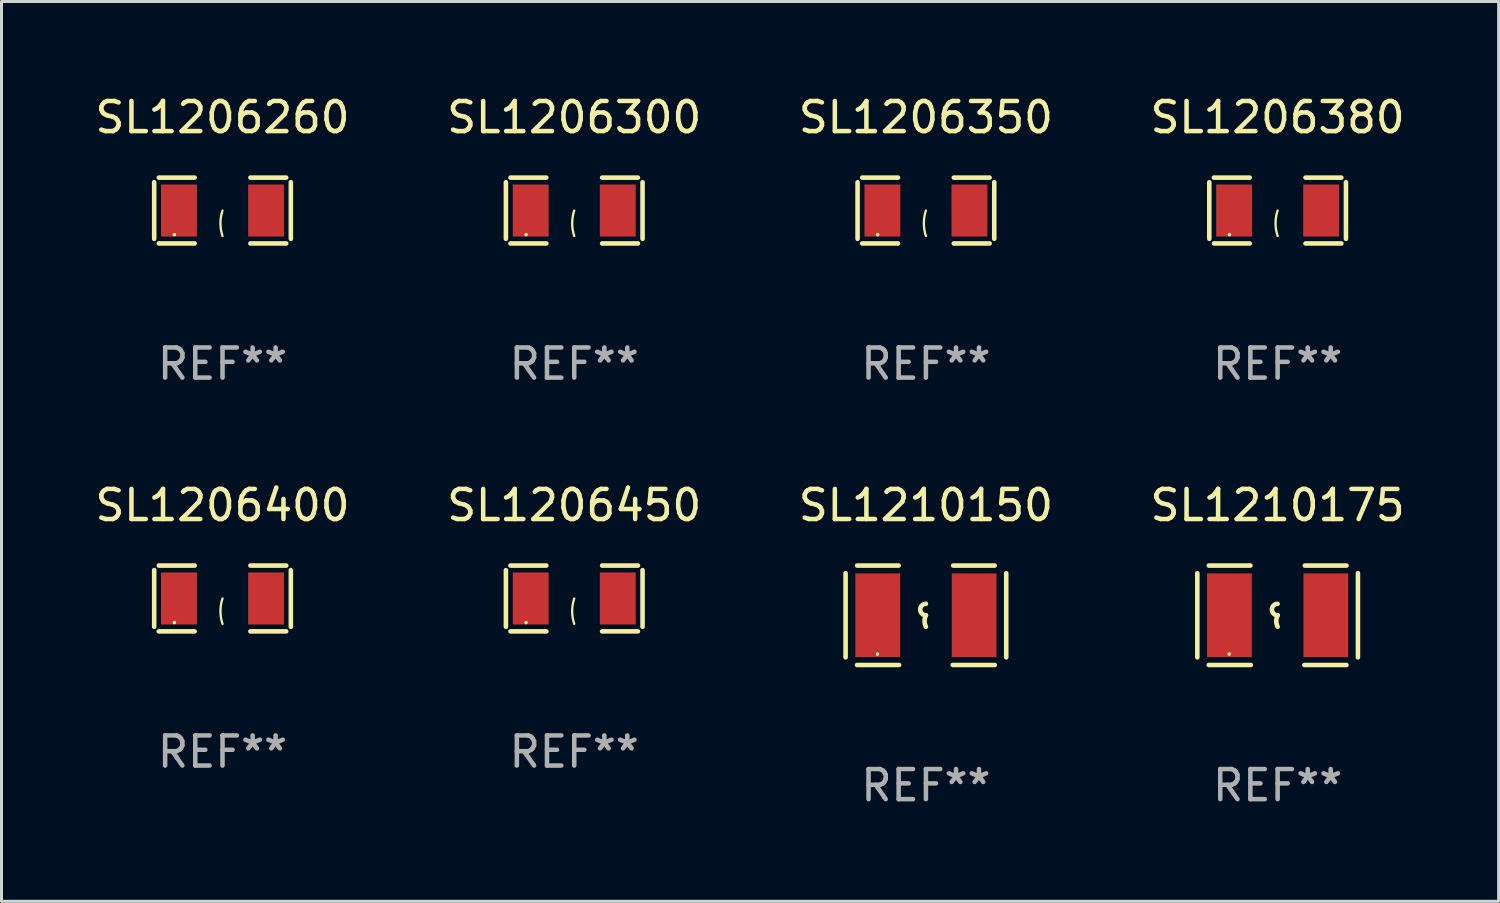
<source format=kicad_pcb>
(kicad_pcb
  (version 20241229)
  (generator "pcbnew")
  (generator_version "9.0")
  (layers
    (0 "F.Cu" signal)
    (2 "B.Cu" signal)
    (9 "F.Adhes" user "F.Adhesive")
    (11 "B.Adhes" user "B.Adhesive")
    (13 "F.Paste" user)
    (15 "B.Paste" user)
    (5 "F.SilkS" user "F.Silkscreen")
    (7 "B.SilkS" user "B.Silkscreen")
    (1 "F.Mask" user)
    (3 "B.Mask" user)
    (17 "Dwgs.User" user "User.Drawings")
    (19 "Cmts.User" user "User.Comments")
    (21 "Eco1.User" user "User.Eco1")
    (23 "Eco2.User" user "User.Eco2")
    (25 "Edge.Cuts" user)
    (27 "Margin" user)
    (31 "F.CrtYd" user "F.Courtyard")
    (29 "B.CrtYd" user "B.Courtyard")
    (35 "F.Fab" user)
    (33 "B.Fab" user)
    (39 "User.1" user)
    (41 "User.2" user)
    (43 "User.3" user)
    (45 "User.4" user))
  (footprint "SL1206260"
    (layer "F.Cu")
    (at 4.339 3.941)
    (property "Reference" "SL1206260" (at 0 -3.093 0) (layer "F.SilkS") (effects (font (size 1 1) (thickness 0.15))))
    (attr through_hole)
    (fp_line (start -2.269 -0.94) (end -2.269 0.94) (stroke (width 0.152) (type solid)) (layer "F.SilkS"))
    (fp_line (start -2.116 1.093) (end -0.926 1.093) (stroke (width 0.152) (type solid)) (layer "F.SilkS"))
    (fp_line (start -0.926 -1.093) (end -2.116 -1.093) (stroke (width 0.152) (type solid)) (layer "F.SilkS"))
    (fp_line (start 0.926 -1.093) (end 2.116 -1.093) (stroke (width 0.152) (type solid)) (layer "F.SilkS"))
    (fp_line (start 2.116 1.093) (end 0.926 1.093) (stroke (width 0.152) (type solid)) (layer "F.SilkS"))
    (fp_line (start 2.269 -0.94) (end 2.269 0.94) (stroke (width 0.152) (type solid)) (layer "F.SilkS"))
    (fp_arc (start 0 0.844951) (mid -0.068559 0.422475) (end 0 0) (stroke (width 0.0762) (type solid)) (layer "F.SilkS"))
    (fp_circle (center -1.6 0.8) (end -1.57 0.8) (stroke (width 0.06) (type solid)) (fill no) (layer "F.SilkS"))
    (fp_text user "REF**" (at 0 5.093 0) (layer "F.Fab") (effects (font (size 1 1) (thickness 0.15))))
    (pad "1" smd rect (at -1.445 0) (size 1.19 1.728) (layers "F.Cu" "F.Mask" "F.Paste"))
    (pad "2" smd rect (at 1.445 0) (size 1.19 1.728) (layers "F.Cu" "F.Mask" "F.Paste")))
  (footprint "SL1206400"
    (layer "F.Cu")
    (at 4.339 16.823)
    (property "Reference" "SL1206400" (at 0 -3.093 0) (layer "F.SilkS") (effects (font (size 1 1) (thickness 0.15))))
    (attr through_hole)
    (fp_line (start -2.269 -0.94) (end -2.269 0.94) (stroke (width 0.152) (type solid)) (layer "F.SilkS"))
    (fp_line (start -2.116 1.093) (end -0.926 1.093) (stroke (width 0.152) (type solid)) (layer "F.SilkS"))
    (fp_line (start -0.926 -1.093) (end -2.116 -1.093) (stroke (width 0.152) (type solid)) (layer "F.SilkS"))
    (fp_line (start 0.926 -1.093) (end 2.116 -1.093) (stroke (width 0.152) (type solid)) (layer "F.SilkS"))
    (fp_line (start 2.116 1.093) (end 0.926 1.093) (stroke (width 0.152) (type solid)) (layer "F.SilkS"))
    (fp_line (start 2.269 -0.94) (end 2.269 0.94) (stroke (width 0.152) (type solid)) (layer "F.SilkS"))
    (fp_arc (start 0 0.844951) (mid -0.068559 0.422475) (end 0 0) (stroke (width 0.0762) (type solid)) (layer "F.SilkS"))
    (fp_circle (center -1.6 0.8) (end -1.57 0.8) (stroke (width 0.06) (type solid)) (fill no) (layer "F.SilkS"))
    (fp_text user "REF**" (at 0 5.093 0) (layer "F.Fab") (effects (font (size 1 1) (thickness 0.15))))
    (pad "1" smd rect (at -1.445 0) (size 1.19 1.728) (layers "F.Cu" "F.Mask" "F.Paste"))
    (pad "2" smd rect (at 1.445 0) (size 1.19 1.728) (layers "F.Cu" "F.Mask" "F.Paste")))
  (footprint "SL1210175"
    (layer "F.Cu")
    (at 39.375 17.381)
    (property "Reference" "SL1210175" (at 0 -3.651 0) (layer "F.SilkS") (effects (font (size 1 1) (thickness 0.15))))
    (attr through_hole)
    (fp_line (start -2.667 -1.397) (end -2.667 1.397) (stroke (width 0.152) (type solid)) (layer "F.SilkS"))
    (fp_line (start -2.286 -1.651) (end -0.903 -1.651) (stroke (width 0.152) (type solid)) (layer "F.SilkS"))
    (fp_line (start -0.889 1.651) (end -2.286 1.651) (stroke (width 0.152) (type solid)) (layer "F.SilkS"))
    (fp_line (start 0.889 1.651) (end 2.286 1.651) (stroke (width 0.152) (type solid)) (layer "F.SilkS"))
    (fp_line (start 2.286 -1.651) (end 0.903 -1.651) (stroke (width 0.152) (type solid)) (layer "F.SilkS"))
    (fp_line (start 2.667 -1.397) (end 2.667 1.397) (stroke (width 0.152) (type solid)) (layer "F.SilkS"))
    (fp_arc (start 0 0) (mid -0.1905 -0.1905) (end 0 -0.381) (stroke (width 0.151994) (type solid)) (layer "F.SilkS"))
    (fp_arc (start 0 0.381001) (mid -0.044971 0.1905) (end 0 0) (stroke (width 0.151994) (type solid)) (layer "F.SilkS"))
    (fp_circle (center -1.608 1.288) (end -1.578 1.288) (stroke (width 0.06) (type solid)) (fill no) (layer "F.SilkS"))
    (fp_text user "REF**" (at 0 5.651 0) (layer "F.Fab") (effects (font (size 1 1) (thickness 0.15))))
    (pad "1" smd rect (at -1.6 0) (size 1.485 2.781) (layers "F.Cu" "F.Mask" "F.Paste"))
    (pad "2" smd rect (at 1.6 0) (size 1.485 2.781) (layers "F.Cu" "F.Mask" "F.Paste")))
  (footprint "SL1210150"
    (layer "F.Cu")
    (at 27.696 17.381)
    (property "Reference" "SL1210150" (at 0 -3.651 0) (layer "F.SilkS") (effects (font (size 1 1) (thickness 0.15))))
    (attr through_hole)
    (fp_line (start -2.667 -1.397) (end -2.667 1.397) (stroke (width 0.152) (type solid)) (layer "F.SilkS"))
    (fp_line (start -2.286 -1.651) (end -0.903 -1.651) (stroke (width 0.152) (type solid)) (layer "F.SilkS"))
    (fp_line (start -0.889 1.651) (end -2.286 1.651) (stroke (width 0.152) (type solid)) (layer "F.SilkS"))
    (fp_line (start 0.889 1.651) (end 2.286 1.651) (stroke (width 0.152) (type solid)) (layer "F.SilkS"))
    (fp_line (start 2.286 -1.651) (end 0.903 -1.651) (stroke (width 0.152) (type solid)) (layer "F.SilkS"))
    (fp_line (start 2.667 -1.397) (end 2.667 1.397) (stroke (width 0.152) (type solid)) (layer "F.SilkS"))
    (fp_arc (start 0 0) (mid -0.1905 -0.1905) (end 0 -0.381) (stroke (width 0.151994) (type solid)) (layer "F.SilkS"))
    (fp_arc (start 0 0.381001) (mid -0.044971 0.1905) (end 0 0) (stroke (width 0.151994) (type solid)) (layer "F.SilkS"))
    (fp_circle (center -1.608 1.288) (end -1.578 1.288) (stroke (width 0.06) (type solid)) (fill no) (layer "F.SilkS"))
    (fp_text user "REF**" (at 0 5.651 0) (layer "F.Fab") (effects (font (size 1 1) (thickness 0.15))))
    (pad "1" smd rect (at -1.6 0) (size 1.485 2.781) (layers "F.Cu" "F.Mask" "F.Paste"))
    (pad "2" smd rect (at 1.6 0) (size 1.485 2.781) (layers "F.Cu" "F.Mask" "F.Paste")))
  (footprint "SL1206450"
    (layer "F.Cu")
    (at 16.018 16.823)
    (property "Reference" "SL1206450" (at 0 -3.093 0) (layer "F.SilkS") (effects (font (size 1 1) (thickness 0.15))))
    (attr through_hole)
    (fp_line (start -2.269 -0.94) (end -2.269 0.94) (stroke (width 0.152) (type solid)) (layer "F.SilkS"))
    (fp_line (start -2.116 1.093) (end -0.926 1.093) (stroke (width 0.152) (type solid)) (layer "F.SilkS"))
    (fp_line (start -0.926 -1.093) (end -2.116 -1.093) (stroke (width 0.152) (type solid)) (layer "F.SilkS"))
    (fp_line (start 0.926 -1.093) (end 2.116 -1.093) (stroke (width 0.152) (type solid)) (layer "F.SilkS"))
    (fp_line (start 2.116 1.093) (end 0.926 1.093) (stroke (width 0.152) (type solid)) (layer "F.SilkS"))
    (fp_line (start 2.269 -0.94) (end 2.269 0.94) (stroke (width 0.152) (type solid)) (layer "F.SilkS"))
    (fp_arc (start 0 0.844951) (mid -0.068559 0.422475) (end 0 0) (stroke (width 0.0762) (type solid)) (layer "F.SilkS"))
    (fp_circle (center -1.6 0.8) (end -1.57 0.8) (stroke (width 0.06) (type solid)) (fill no) (layer "F.SilkS"))
    (fp_text user "REF**" (at 0 5.093 0) (layer "F.Fab") (effects (font (size 1 1) (thickness 0.15))))
    (pad "1" smd rect (at -1.445 0) (size 1.19 1.728) (layers "F.Cu" "F.Mask" "F.Paste"))
    (pad "2" smd rect (at 1.445 0) (size 1.19 1.728) (layers "F.Cu" "F.Mask" "F.Paste")))
  (footprint "SL1206380"
    (layer "F.Cu")
    (at 39.375 3.941)
    (property "Reference" "SL1206380" (at 0 -3.093 0) (layer "F.SilkS") (effects (font (size 1 1) (thickness 0.15))))
    (attr through_hole)
    (fp_line (start -2.269 -0.94) (end -2.269 0.94) (stroke (width 0.152) (type solid)) (layer "F.SilkS"))
    (fp_line (start -2.116 1.093) (end -0.926 1.093) (stroke (width 0.152) (type solid)) (layer "F.SilkS"))
    (fp_line (start -0.926 -1.093) (end -2.116 -1.093) (stroke (width 0.152) (type solid)) (layer "F.SilkS"))
    (fp_line (start 0.926 -1.093) (end 2.116 -1.093) (stroke (width 0.152) (type solid)) (layer "F.SilkS"))
    (fp_line (start 2.116 1.093) (end 0.926 1.093) (stroke (width 0.152) (type solid)) (layer "F.SilkS"))
    (fp_line (start 2.269 -0.94) (end 2.269 0.94) (stroke (width 0.152) (type solid)) (layer "F.SilkS"))
    (fp_arc (start 0 0.844951) (mid -0.068559 0.422475) (end 0 0) (stroke (width 0.0762) (type solid)) (layer "F.SilkS"))
    (fp_circle (center -1.6 0.8) (end -1.57 0.8) (stroke (width 0.06) (type solid)) (fill no) (layer "F.SilkS"))
    (fp_text user "REF**" (at 0 5.093 0) (layer "F.Fab") (effects (font (size 1 1) (thickness 0.15))))
    (pad "1" smd rect (at -1.445 0) (size 1.19 1.728) (layers "F.Cu" "F.Mask" "F.Paste"))
    (pad "2" smd rect (at 1.445 0) (size 1.19 1.728) (layers "F.Cu" "F.Mask" "F.Paste")))
  (footprint "SL1206350"
    (layer "F.Cu")
    (at 27.696 3.941)
    (property "Reference" "SL1206350" (at 0 -3.093 0) (layer "F.SilkS") (effects (font (size 1 1) (thickness 0.15))))
    (attr through_hole)
    (fp_line (start -2.269 -0.94) (end -2.269 0.94) (stroke (width 0.152) (type solid)) (layer "F.SilkS"))
    (fp_line (start -2.116 1.093) (end -0.926 1.093) (stroke (width 0.152) (type solid)) (layer "F.SilkS"))
    (fp_line (start -0.926 -1.093) (end -2.116 -1.093) (stroke (width 0.152) (type solid)) (layer "F.SilkS"))
    (fp_line (start 0.926 -1.093) (end 2.116 -1.093) (stroke (width 0.152) (type solid)) (layer "F.SilkS"))
    (fp_line (start 2.116 1.093) (end 0.926 1.093) (stroke (width 0.152) (type solid)) (layer "F.SilkS"))
    (fp_line (start 2.269 -0.94) (end 2.269 0.94) (stroke (width 0.152) (type solid)) (layer "F.SilkS"))
    (fp_arc (start 0 0.844951) (mid -0.068559 0.422475) (end 0 0) (stroke (width 0.0762) (type solid)) (layer "F.SilkS"))
    (fp_circle (center -1.6 0.8) (end -1.57 0.8) (stroke (width 0.06) (type solid)) (fill no) (layer "F.SilkS"))
    (fp_text user "REF**" (at 0 5.093 0) (layer "F.Fab") (effects (font (size 1 1) (thickness 0.15))))
    (pad "1" smd rect (at -1.445 0) (size 1.19 1.728) (layers "F.Cu" "F.Mask" "F.Paste"))
    (pad "2" smd rect (at 1.445 0) (size 1.19 1.728) (layers "F.Cu" "F.Mask" "F.Paste")))
  (footprint "SL1206300"
    (layer "F.Cu")
    (at 16.018 3.941)
    (property "Reference" "SL1206300" (at 0 -3.093 0) (layer "F.SilkS") (effects (font (size 1 1) (thickness 0.15))))
    (attr through_hole)
    (fp_line (start -2.269 -0.94) (end -2.269 0.94) (stroke (width 0.152) (type solid)) (layer "F.SilkS"))
    (fp_line (start -2.116 1.093) (end -0.926 1.093) (stroke (width 0.152) (type solid)) (layer "F.SilkS"))
    (fp_line (start -0.926 -1.093) (end -2.116 -1.093) (stroke (width 0.152) (type solid)) (layer "F.SilkS"))
    (fp_line (start 0.926 -1.093) (end 2.116 -1.093) (stroke (width 0.152) (type solid)) (layer "F.SilkS"))
    (fp_line (start 2.116 1.093) (end 0.926 1.093) (stroke (width 0.152) (type solid)) (layer "F.SilkS"))
    (fp_line (start 2.269 -0.94) (end 2.269 0.94) (stroke (width 0.152) (type solid)) (layer "F.SilkS"))
    (fp_arc (start 0 0.844951) (mid -0.068559 0.422475) (end 0 0) (stroke (width 0.0762) (type solid)) (layer "F.SilkS"))
    (fp_circle (center -1.6 0.8) (end -1.57 0.8) (stroke (width 0.06) (type solid)) (fill no) (layer "F.SilkS"))
    (fp_text user "REF**" (at 0 5.093 0) (layer "F.Fab") (effects (font (size 1 1) (thickness 0.15))))
    (pad "1" smd rect (at -1.445 0) (size 1.19 1.728) (layers "F.Cu" "F.Mask" "F.Paste"))
    (pad "2" smd rect (at 1.445 0) (size 1.19 1.728) (layers "F.Cu" "F.Mask" "F.Paste")))
  (gr_rect
    (start -3 -3)
    (end 46.714 26.88)
    (stroke (width 0.1) (type default))
    (fill no)
    (layer "Edge.Cuts")))
</source>
